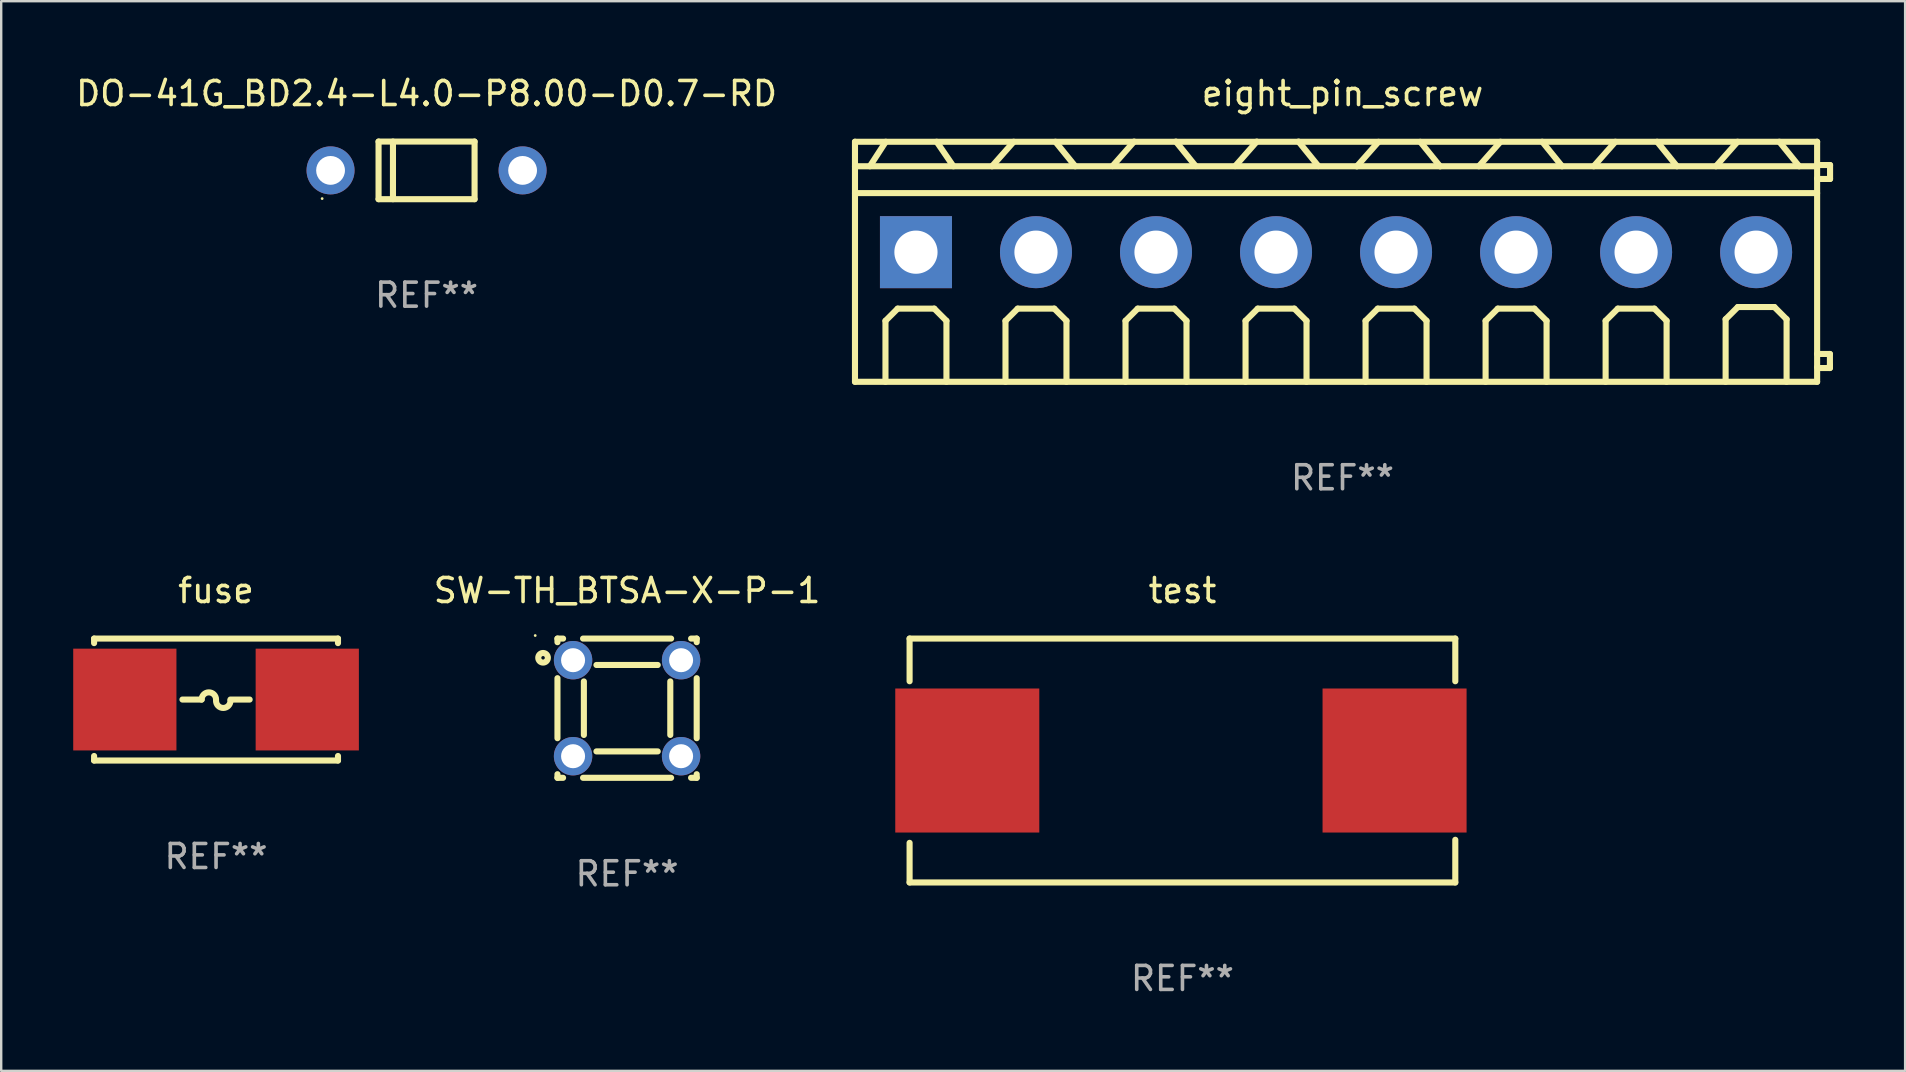
<source format=kicad_pcb>
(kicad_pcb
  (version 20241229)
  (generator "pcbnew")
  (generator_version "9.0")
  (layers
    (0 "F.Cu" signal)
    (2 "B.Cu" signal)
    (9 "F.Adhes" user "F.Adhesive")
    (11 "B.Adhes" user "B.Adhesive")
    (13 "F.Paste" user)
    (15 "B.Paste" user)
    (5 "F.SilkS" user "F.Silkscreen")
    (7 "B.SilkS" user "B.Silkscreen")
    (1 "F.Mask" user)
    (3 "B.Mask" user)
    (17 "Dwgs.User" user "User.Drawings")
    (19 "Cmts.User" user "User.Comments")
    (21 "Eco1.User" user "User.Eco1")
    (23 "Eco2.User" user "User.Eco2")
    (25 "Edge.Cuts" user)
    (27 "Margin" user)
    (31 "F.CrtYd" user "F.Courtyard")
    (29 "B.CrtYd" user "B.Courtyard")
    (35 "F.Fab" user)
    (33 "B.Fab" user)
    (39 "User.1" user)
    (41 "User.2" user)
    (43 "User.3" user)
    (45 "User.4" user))
  (footprint "SW-TH_BTSA-X-P-1"
    (layer "F.Cu")
    (at 23.073 26.452)
    (property "Reference" "SW-TH_BTSA-X-P-1" (at 0 -4.9 0) (layer "F.SilkS") (effects (font (size 1 1) (thickness 0.15))))
    (attr through_hole)
    (fp_line (start -2.9 -2.9) (end -2.666 -2.9) (stroke (width 0.254) (type solid)) (layer "F.SilkS"))
    (fp_line (start -2.9 -2.75) (end -2.9 -2.9) (stroke (width 0.254) (type solid)) (layer "F.SilkS"))
    (fp_line (start -2.9 1.25) (end -2.9 -1.25) (stroke (width 0.254) (type solid)) (layer "F.SilkS"))
    (fp_line (start -2.9 2.9) (end -2.9 2.75) (stroke (width 0.254) (type solid)) (layer "F.SilkS"))
    (fp_line (start -2.666 2.9) (end -2.9 2.9) (stroke (width 0.254) (type solid)) (layer "F.SilkS"))
    (fp_line (start -1.834 -2.9) (end 1.834 -2.9) (stroke (width 0.254) (type solid)) (layer "F.SilkS"))
    (fp_line (start -1.8 1.115) (end -1.8 -1.115) (stroke (width 0.254) (type solid)) (layer "F.SilkS"))
    (fp_line (start -1.277 -1.8) (end 1.277 -1.8) (stroke (width 0.254) (type solid)) (layer "F.SilkS"))
    (fp_line (start 1.277 1.8) (end -1.277 1.8) (stroke (width 0.254) (type solid)) (layer "F.SilkS"))
    (fp_line (start 1.8 -1.115) (end 1.8 1.115) (stroke (width 0.254) (type solid)) (layer "F.SilkS"))
    (fp_line (start 1.834 2.9) (end -1.834 2.9) (stroke (width 0.254) (type solid)) (layer "F.SilkS"))
    (fp_line (start 2.666 -2.9) (end 2.9 -2.9) (stroke (width 0.254) (type solid)) (layer "F.SilkS"))
    (fp_line (start 2.9 -2.9) (end 2.9 -2.75) (stroke (width 0.254) (type solid)) (layer "F.SilkS"))
    (fp_line (start 2.9 -1.25) (end 2.9 1.25) (stroke (width 0.254) (type solid)) (layer "F.SilkS"))
    (fp_line (start 2.9 2.75) (end 2.9 2.9) (stroke (width 0.254) (type solid)) (layer "F.SilkS"))
    (fp_line (start 2.9 2.9) (end 2.666 2.9) (stroke (width 0.254) (type solid)) (layer "F.SilkS"))
    (fp_circle (center -3.827 -3.027) (end -3.797 -3.027) (stroke (width 0.06) (type solid)) (fill no) (layer "F.SilkS"))
    (fp_circle (center -3.5 -2.1) (end -3.3 -2.1) (stroke (width 0.254) (type solid)) (fill no) (layer "F.SilkS"))
    (fp_text user "REF**" (at 0 6.9 0) (layer "F.Fab") (effects (font (size 1 1) (thickness 0.15))))
    (pad "1" thru_hole circle (at -2.25 -2) (size 1.6 1.6) (drill 1) (layers "*.Cu" "*.Mask"))
    (pad "2" thru_hole circle (at -2.25 2) (size 1.6 1.6) (drill 1) (layers "*.Cu" "*.Mask"))
    (pad "3" thru_hole circle (at 2.25 -2) (size 1.6 1.6) (drill 1) (layers "*.Cu" "*.Mask"))
    (pad "4" thru_hole circle (at 2.25 2) (size 1.6 1.6) (drill 1) (layers "*.Cu" "*.Mask")))
  (footprint "fuse"
    (layer "F.Cu")
    (at 5.95 26.092)
    (property "Reference" "fuse" (at 0 -4.54 0) (layer "F.SilkS") (effects (font (size 1 1) (thickness 0.15))))
    (attr through_hole)
    (fp_line (start -5.08 -2.54) (end 5.08 -2.54) (stroke (width 0.254) (type solid)) (layer "F.SilkS"))
    (fp_line (start -5.08 -2.351) (end -5.08 -2.54) (stroke (width 0.254) (type solid)) (layer "F.SilkS"))
    (fp_line (start -5.08 2.54) (end -5.08 2.351) (stroke (width 0.254) (type solid)) (layer "F.SilkS"))
    (fp_line (start -1.4 0) (end -0.6 0) (stroke (width 0.254) (type solid)) (layer "F.SilkS"))
    (fp_line (start 1.4 0) (end 0.6 0) (stroke (width 0.254) (type solid)) (layer "F.SilkS"))
    (fp_line (start 5.08 -2.54) (end 5.08 -2.351) (stroke (width 0.254) (type solid)) (layer "F.SilkS"))
    (fp_line (start 5.08 2.351) (end 5.08 2.54) (stroke (width 0.254) (type solid)) (layer "F.SilkS"))
    (fp_line (start 5.08 2.54) (end -5.08 2.54) (stroke (width 0.254) (type solid)) (layer "F.SilkS"))
    (fp_arc (start -0.6 0) (mid -0.299987 -0.300013) (end 0.000026 0) (stroke (width 0.254001) (type solid)) (layer "F.SilkS"))
    (fp_arc (start 0.600051 0.050064) (mid 0.300038 0.350077) (end 0.000025 0.050064) (stroke (width 0.254001) (type solid)) (layer "F.SilkS"))
    (fp_circle (center -4.85 2.485) (end -4.82 2.485) (stroke (width 0.06) (type solid)) (fill no) (layer "F.SilkS"))
    (fp_text user "REF**" (at 0 6.54 0) (layer "F.Fab") (effects (font (size 1 1) (thickness 0.15))))
    (pad "1" smd rect (at -3.8 0) (size 4.3 4.24) (layers "F.Cu" "F.Mask" "F.Paste"))
    (pad "2" smd rect (at 3.8 0) (size 4.3 4.24) (layers "F.Cu" "F.Mask" "F.Paste")))
  (footprint "test"
    (layer "F.Cu")
    (at 46.145 28.632)
    (property "Reference" "test" (at 0.064 -7.08 0) (layer "F.SilkS") (effects (font (size 1 1) (thickness 0.15))))
    (attr through_hole)
    (fp_line (start -11.303 -5.08) (end 11.43 -5.08) (stroke (width 0.254) (type solid)) (layer "F.SilkS"))
    (fp_line (start -11.303 -3.302) (end -11.303 -5.08) (stroke (width 0.254) (type solid)) (layer "F.SilkS"))
    (fp_line (start -11.303 3.429) (end -11.303 5.08) (stroke (width 0.254) (type solid)) (layer "F.SilkS"))
    (fp_line (start -11.303 5.08) (end 11.43 5.08) (stroke (width 0.254) (type solid)) (layer "F.SilkS"))
    (fp_line (start 11.43 -5.08) (end 11.43 -3.302) (stroke (width 0.254) (type solid)) (layer "F.SilkS"))
    (fp_line (start 11.43 5.08) (end 11.43 3.302) (stroke (width 0.254) (type solid)) (layer "F.SilkS"))
    (fp_circle (center -11.35 -5.04) (end -11.32 -5.04) (stroke (width 0.06) (type solid)) (fill no) (layer "F.SilkS"))
    (fp_text user "REF**" (at 0.064 9.08 0) (layer "F.Fab") (effects (font (size 1 1) (thickness 0.15))))
    (pad "1" smd rect (at -8.9 0 180) (size 6 6) (layers "F.Cu" "F.Mask" "F.Paste"))
    (pad "2" smd rect (at 8.9 0) (size 6 6) (layers "F.Cu" "F.Mask" "F.Paste")))
  (footprint "DO-41G_BD2.4-L4.0-P8.00-D0.7-RD"
    (layer "F.Cu")
    (at 14.72 4.048)
    (property "Reference" "DO-41G_BD2.4-L4.0-P8.00-D0.7-RD" (at 0 -3.2 0) (layer "F.SilkS") (effects (font (size 1 1) (thickness 0.15))))
    (attr through_hole)
    (fp_line (start -2 -1.2) (end 2 -1.2) (stroke (width 0.254) (type solid)) (layer "F.SilkS"))
    (fp_line (start -2 1.2) (end -2 -1.2) (stroke (width 0.254) (type solid)) (layer "F.SilkS"))
    (fp_line (start -1.4 -1.2) (end -1.4 1.2) (stroke (width 0.254) (type solid)) (layer "F.SilkS"))
    (fp_line (start 2 -1.2) (end 2 1.2) (stroke (width 0.254) (type solid)) (layer "F.SilkS"))
    (fp_line (start 2 1.2) (end -2 1.2) (stroke (width 0.254) (type solid)) (layer "F.SilkS"))
    (fp_circle (center -4.35 1.175) (end -4.32 1.175) (stroke (width 0.06) (type solid)) (fill no) (layer "F.SilkS"))
    (fp_text user "REF**" (at 0 5.2 0) (layer "F.Fab") (effects (font (size 1 1) (thickness 0.15))))
    (pad "1" thru_hole circle (at -4 0) (size 2 2) (drill 1.2) (layers "*.Cu" "*.Mask"))
    (pad "2" thru_hole circle (at 4 0) (size 2 2) (drill 1.2) (layers "*.Cu" "*.Mask")))
  (footprint "eight_pin_screw"
    (layer "F.Cu")
    (at 52.607 7.455)
    (property "Reference" "eight_pin_screw" (at 0.27 -6.607 0) (layer "F.SilkS") (effects (font (size 1 1) (thickness 0.15))))
    (attr through_hole)
    (fp_line (start -20.04 -4.6) (end -20.04 5.4) (stroke (width 0.254) (type solid)) (layer "F.SilkS"))
    (fp_line (start -20.04 -4.6) (end 20.041 -4.6) (stroke (width 0.254) (type solid)) (layer "F.SilkS"))
    (fp_line (start -20.04 -3.579) (end 20.04 -3.579) (stroke (width 0.254) (type solid)) (layer "F.SilkS"))
    (fp_line (start -20.04 -2.461) (end 20.04 -2.461) (stroke (width 0.254) (type solid)) (layer "F.SilkS"))
    (fp_line (start -20.04 5.4) (end 20.04 5.4) (stroke (width 0.254) (type solid)) (layer "F.SilkS"))
    (fp_line (start -19.42 -3.579) (end -18.759 -4.6) (stroke (width 0.254) (type solid)) (layer "F.SilkS"))
    (fp_line (start -18.77 2.86) (end -18.262 2.352) (stroke (width 0.254) (type solid)) (layer "F.SilkS"))
    (fp_line (start -18.77 5.4) (end -18.77 2.86) (stroke (width 0.254) (type solid)) (layer "F.SilkS"))
    (fp_line (start -18.262 2.352) (end -16.738 2.352) (stroke (width 0.254) (type solid)) (layer "F.SilkS"))
    (fp_line (start -16.738 2.352) (end -16.23 2.86) (stroke (width 0.254) (type solid)) (layer "F.SilkS"))
    (fp_line (start -16.638 -4.6) (end -15.94 -3.579) (stroke (width 0.254) (type solid)) (layer "F.SilkS"))
    (fp_line (start -16.23 2.86) (end -16.23 5.4) (stroke (width 0.254) (type solid)) (layer "F.SilkS"))
    (fp_line (start -14.332 -3.579) (end -13.43 -4.6) (stroke (width 0.254) (type solid)) (layer "F.SilkS"))
    (fp_line (start -13.77 2.86) (end -13.262 2.352) (stroke (width 0.254) (type solid)) (layer "F.SilkS"))
    (fp_line (start -13.77 5.4) (end -13.77 2.86) (stroke (width 0.254) (type solid)) (layer "F.SilkS"))
    (fp_line (start -13.262 2.352) (end -11.738 2.352) (stroke (width 0.254) (type solid)) (layer "F.SilkS"))
    (fp_line (start -11.738 2.352) (end -11.23 2.86) (stroke (width 0.254) (type solid)) (layer "F.SilkS"))
    (fp_line (start -11.69 -4.6) (end -10.864 -3.579) (stroke (width 0.254) (type solid)) (layer "F.SilkS"))
    (fp_line (start -11.23 2.86) (end -11.23 5.4) (stroke (width 0.254) (type solid)) (layer "F.SilkS"))
    (fp_line (start -9.313 -3.585) (end -8.412 -4.607) (stroke (width 0.254) (type solid)) (layer "F.SilkS"))
    (fp_line (start -8.77 2.86) (end -8.262 2.352) (stroke (width 0.254) (type solid)) (layer "F.SilkS"))
    (fp_line (start -8.77 5.4) (end -8.77 2.86) (stroke (width 0.254) (type solid)) (layer "F.SilkS"))
    (fp_line (start -8.262 2.352) (end -6.738 2.352) (stroke (width 0.254) (type solid)) (layer "F.SilkS"))
    (fp_line (start -6.738 2.352) (end -6.23 2.86) (stroke (width 0.254) (type solid)) (layer "F.SilkS"))
    (fp_line (start -6.672 -4.607) (end -5.846 -3.585) (stroke (width 0.254) (type solid)) (layer "F.SilkS"))
    (fp_line (start -6.23 2.86) (end -6.23 5.4) (stroke (width 0.254) (type solid)) (layer "F.SilkS"))
    (fp_line (start -4.203 -3.585) (end -3.302 -4.607) (stroke (width 0.254) (type solid)) (layer "F.SilkS"))
    (fp_line (start -3.77 2.86) (end -3.262 2.352) (stroke (width 0.254) (type solid)) (layer "F.SilkS"))
    (fp_line (start -3.77 5.4) (end -3.77 2.86) (stroke (width 0.254) (type solid)) (layer "F.SilkS"))
    (fp_line (start -3.262 2.352) (end -1.738 2.352) (stroke (width 0.254) (type solid)) (layer "F.SilkS"))
    (fp_line (start -1.738 2.352) (end -1.23 2.86) (stroke (width 0.254) (type solid)) (layer "F.SilkS"))
    (fp_line (start -1.562 -4.607) (end -0.736 -3.585) (stroke (width 0.254) (type solid)) (layer "F.SilkS"))
    (fp_line (start -1.23 2.86) (end -1.23 5.4) (stroke (width 0.254) (type solid)) (layer "F.SilkS"))
    (fp_line (start 0.867 -3.575) (end 1.769 -4.597) (stroke (width 0.254) (type solid)) (layer "F.SilkS"))
    (fp_line (start 1.23 2.86) (end 1.738 2.352) (stroke (width 0.254) (type solid)) (layer "F.SilkS"))
    (fp_line (start 1.23 5.4) (end 1.23 2.86) (stroke (width 0.254) (type solid)) (layer "F.SilkS"))
    (fp_line (start 1.738 2.352) (end 3.262 2.352) (stroke (width 0.254) (type solid)) (layer "F.SilkS"))
    (fp_line (start 3.262 2.352) (end 3.77 2.86) (stroke (width 0.254) (type solid)) (layer "F.SilkS"))
    (fp_line (start 3.508 -4.597) (end 4.334 -3.575) (stroke (width 0.254) (type solid)) (layer "F.SilkS"))
    (fp_line (start 3.77 2.86) (end 3.77 5.4) (stroke (width 0.254) (type solid)) (layer "F.SilkS"))
    (fp_line (start 5.948 -3.579) (end 6.85 -4.6) (stroke (width 0.254) (type solid)) (layer "F.SilkS"))
    (fp_line (start 6.23 2.86) (end 6.738 2.352) (stroke (width 0.254) (type solid)) (layer "F.SilkS"))
    (fp_line (start 6.23 5.4) (end 6.23 2.86) (stroke (width 0.254) (type solid)) (layer "F.SilkS"))
    (fp_line (start 6.738 2.352) (end 8.262 2.352) (stroke (width 0.254) (type solid)) (layer "F.SilkS"))
    (fp_line (start 8.262 2.352) (end 8.77 2.86) (stroke (width 0.254) (type solid)) (layer "F.SilkS"))
    (fp_line (start 8.59 -4.6) (end 9.415 -3.579) (stroke (width 0.254) (type solid)) (layer "F.SilkS"))
    (fp_line (start 8.77 2.86) (end 8.77 5.4) (stroke (width 0.254) (type solid)) (layer "F.SilkS"))
    (fp_line (start 10.734 -3.579) (end 11.636 -4.6) (stroke (width 0.254) (type solid)) (layer "F.SilkS"))
    (fp_line (start 11.23 2.86) (end 11.738 2.352) (stroke (width 0.254) (type solid)) (layer "F.SilkS"))
    (fp_line (start 11.23 5.4) (end 11.23 2.86) (stroke (width 0.254) (type solid)) (layer "F.SilkS"))
    (fp_line (start 11.738 2.352) (end 13.262 2.352) (stroke (width 0.254) (type solid)) (layer "F.SilkS"))
    (fp_line (start 13.262 2.352) (end 13.77 2.86) (stroke (width 0.254) (type solid)) (layer "F.SilkS"))
    (fp_line (start 13.376 -4.6) (end 14.201 -3.579) (stroke (width 0.254) (type solid)) (layer "F.SilkS"))
    (fp_line (start 13.77 2.86) (end 13.77 5.4) (stroke (width 0.254) (type solid)) (layer "F.SilkS"))
    (fp_line (start 15.825 -3.579) (end 16.727 -4.6) (stroke (width 0.254) (type solid)) (layer "F.SilkS"))
    (fp_line (start 16.229 2.794) (end 16.737 2.286) (stroke (width 0.254) (type solid)) (layer "F.SilkS"))
    (fp_line (start 16.229 5.4) (end 16.229 2.794) (stroke (width 0.254) (type solid)) (layer "F.SilkS"))
    (fp_line (start 16.737 2.286) (end 18.261 2.286) (stroke (width 0.254) (type solid)) (layer "F.SilkS"))
    (fp_line (start 18.261 2.286) (end 18.769 2.794) (stroke (width 0.254) (type solid)) (layer "F.SilkS"))
    (fp_line (start 18.467 -4.6) (end 19.292 -3.579) (stroke (width 0.254) (type solid)) (layer "F.SilkS"))
    (fp_line (start 18.769 2.794) (end 18.769 5.4) (stroke (width 0.254) (type solid)) (layer "F.SilkS"))
    (fp_line (start 20.041 -4.6) (end 20.041 5.4) (stroke (width 0.254) (type solid)) (layer "F.SilkS"))
    (fp_line (start 20.041 4.241) (end 20.574 4.241) (stroke (width 0.254) (type solid)) (layer "F.SilkS"))
    (fp_line (start 20.065 -3.05) (end 20.041 -3.074) (stroke (width 0.254) (type solid)) (layer "F.SilkS"))
    (fp_line (start 20.075 4.826) (end 20.041 4.792) (stroke (width 0.254) (type solid)) (layer "F.SilkS"))
    (fp_line (start 20.574 4.241) (end 20.574 4.699) (stroke (width 0.254) (type solid)) (layer "F.SilkS"))
    (fp_line (start 20.574 4.699) (end 20.574 4.826) (stroke (width 0.254) (type solid)) (layer "F.SilkS"))
    (fp_line (start 20.574 4.826) (end 20.075 4.826) (stroke (width 0.254) (type solid)) (layer "F.SilkS"))
    (fp_line (start 20.58 -3.63) (end 20.041 -3.63) (stroke (width 0.254) (type solid)) (layer "F.SilkS"))
    (fp_line (start 20.58 -3.63) (end 20.58 -3.05) (stroke (width 0.254) (type solid)) (layer "F.SilkS"))
    (fp_line (start 20.58 -3.05) (end 20.065 -3.05) (stroke (width 0.254) (type solid)) (layer "F.SilkS"))
    (fp_circle (center -20 5.4) (end -19.97 5.4) (stroke (width 0.06) (type solid)) (fill no) (layer "F.SilkS"))
    (fp_text user "REF**" (at 0.27 9.4 0) (layer "F.Fab") (effects (font (size 1 1) (thickness 0.15))))
    (pad "1" thru_hole rect (at -17.5 0) (size 3 3) (drill 1.8) (layers "*.Cu" "*.Mask"))
    (pad "2" thru_hole circle (at -12.5 0) (size 3 3) (drill 1.8) (layers "*.Cu" "*.Mask"))
    (pad "3" thru_hole circle (at -7.5 0) (size 3 3) (drill 1.8) (layers "*.Cu" "*.Mask"))
    (pad "4" thru_hole circle (at -2.5 0) (size 3 3) (drill 1.8) (layers "*.Cu" "*.Mask"))
    (pad "5" thru_hole circle (at 2.5 0) (size 3 3) (drill 1.8) (layers "*.Cu" "*.Mask"))
    (pad "6" thru_hole circle (at 7.5 0) (size 3 3) (drill 1.8) (layers "*.Cu" "*.Mask"))
    (pad "7" thru_hole circle (at 12.5 0) (size 3 3) (drill 1.8) (layers "*.Cu" "*.Mask"))
    (pad "8" thru_hole circle (at 17.5 0) (size 3 3) (drill 1.8) (layers "*.Cu" "*.Mask")))
  (gr_rect
    (start -3 -3)
    (end 76.314 41.56)
    (stroke (width 0.1) (type default))
    (fill no)
    (layer "Edge.Cuts")))
</source>
